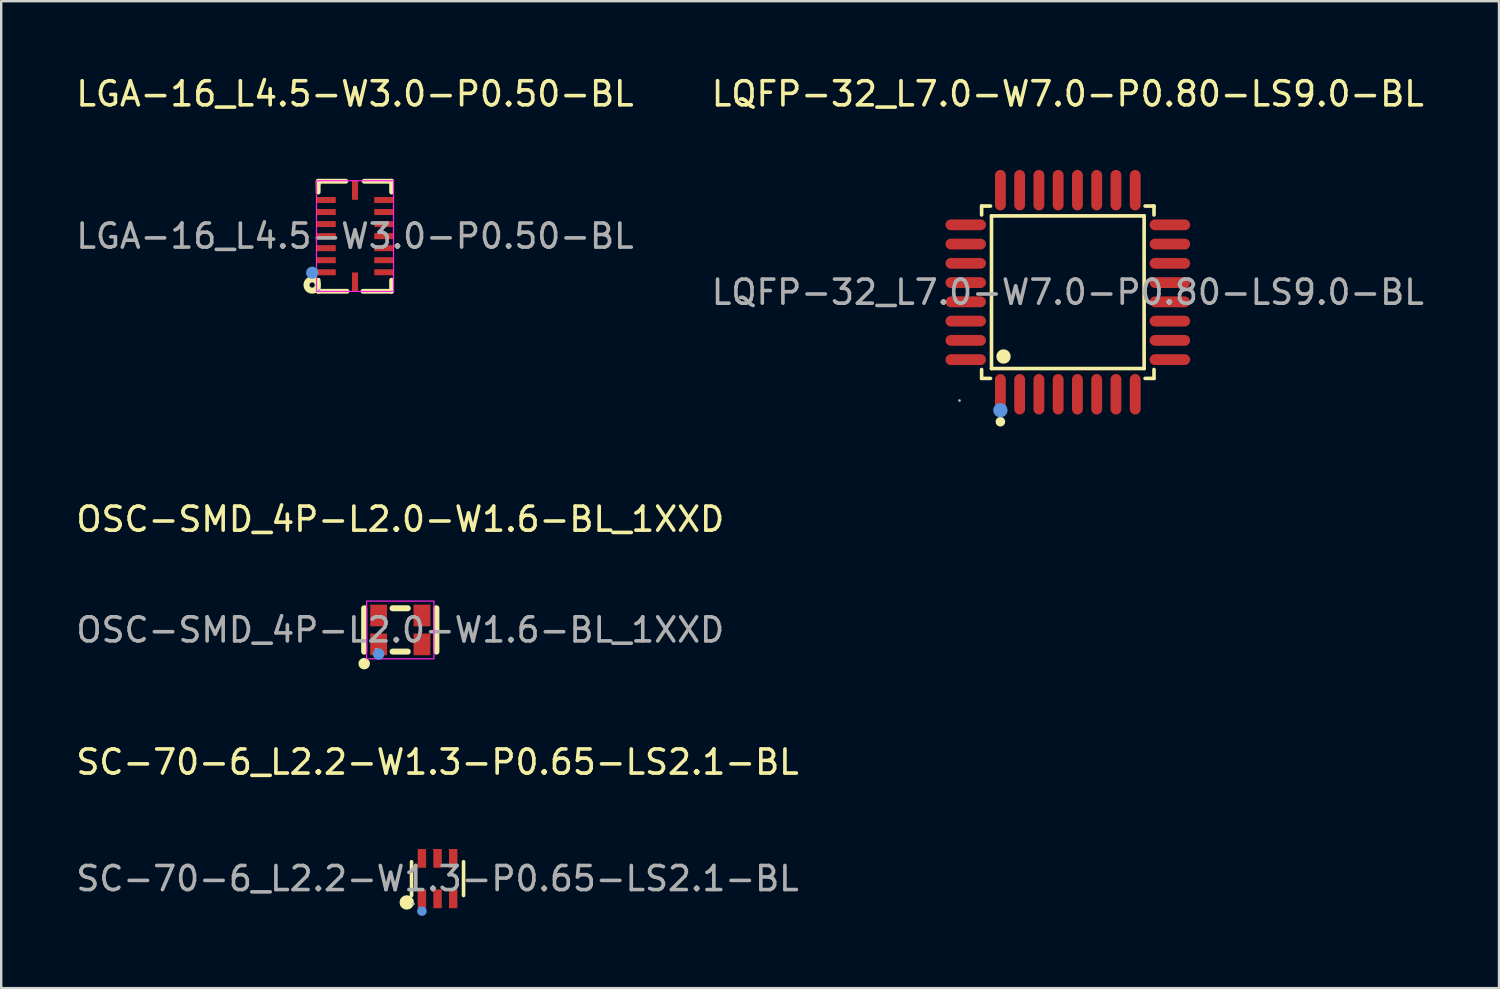
<source format=kicad_pcb>
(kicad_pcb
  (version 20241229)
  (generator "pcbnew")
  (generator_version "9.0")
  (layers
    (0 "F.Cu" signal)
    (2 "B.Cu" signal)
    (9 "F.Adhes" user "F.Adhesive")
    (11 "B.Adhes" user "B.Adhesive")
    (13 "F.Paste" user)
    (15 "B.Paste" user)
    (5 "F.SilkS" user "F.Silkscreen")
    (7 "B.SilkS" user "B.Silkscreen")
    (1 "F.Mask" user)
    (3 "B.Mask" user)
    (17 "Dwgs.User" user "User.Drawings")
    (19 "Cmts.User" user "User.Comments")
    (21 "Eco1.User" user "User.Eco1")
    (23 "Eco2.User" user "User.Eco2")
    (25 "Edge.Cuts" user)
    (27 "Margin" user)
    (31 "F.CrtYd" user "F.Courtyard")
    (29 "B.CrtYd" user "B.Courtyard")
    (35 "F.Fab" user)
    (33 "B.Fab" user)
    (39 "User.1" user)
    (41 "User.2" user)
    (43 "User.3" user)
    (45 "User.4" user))
  (footprint "LQFP-32_L7.0-W7.0-P0.80-LS9.0-BL"
    (layer "F.Cu")
    (at 41.304 9.088)
    (property "Reference" "LQFP-32_L7.0-W7.0-P0.80-LS9.0-BL" (at 0 -8.24 0) (layer "F.SilkS") (effects (font (size 1 1) (thickness 0.15))))
    (attr through_hole)
    (fp_line (start -3.58 -3.58) (end -3.21 -3.58) (stroke (width 0.15) (type solid)) (layer "F.SilkS"))
    (fp_line (start -3.58 -3.21) (end -3.58 -3.58) (stroke (width 0.15) (type solid)) (layer "F.SilkS"))
    (fp_line (start -3.58 3.21) (end -3.58 3.58) (stroke (width 0.15) (type solid)) (layer "F.SilkS"))
    (fp_line (start -3.58 3.58) (end -3.21 3.58) (stroke (width 0.15) (type solid)) (layer "F.SilkS"))
    (fp_line (start -3.17 -3.17) (end 3.17 -3.17) (stroke (width 0.15) (type solid)) (layer "F.SilkS"))
    (fp_line (start -3.17 3.17) (end -3.17 -3.17) (stroke (width 0.15) (type solid)) (layer "F.SilkS"))
    (fp_line (start 3.17 -3.17) (end 3.17 3.17) (stroke (width 0.15) (type solid)) (layer "F.SilkS"))
    (fp_line (start 3.17 3.17) (end -3.17 3.17) (stroke (width 0.15) (type solid)) (layer "F.SilkS"))
    (fp_line (start 3.58 -3.58) (end 3.21 -3.58) (stroke (width 0.15) (type solid)) (layer "F.SilkS"))
    (fp_line (start 3.58 -3.21) (end 3.58 -3.58) (stroke (width 0.15) (type solid)) (layer "F.SilkS"))
    (fp_line (start 3.58 3.21) (end 3.58 3.58) (stroke (width 0.15) (type solid)) (layer "F.SilkS"))
    (fp_line (start 3.58 3.58) (end 3.21 3.58) (stroke (width 0.15) (type solid)) (layer "F.SilkS"))
    (fp_circle (center -2.8 5.38) (end -2.7 5.38) (stroke (width 0.2) (type solid)) (fill no) (layer "F.SilkS"))
    (fp_circle (center -2.67 2.67) (end -2.52 2.67) (stroke (width 0.3) (type solid)) (fill no) (layer "F.SilkS"))
    (fp_circle (center -2.8 4.9) (end -2.65 4.9) (stroke (width 0.3) (type solid)) (fill no) (layer "Cmts.User"))
    (fp_circle (center -4.5 4.5) (end -4.47 4.5) (stroke (width 0.06) (type solid)) (fill no) (layer "F.Fab"))
    (fp_text user "${REFERENCE}" (at 0 0 0) (layer "F.Fab") (effects (font (size 1 1) (thickness 0.15))))
    (pad "1" smd oval (at -2.8 4.24) (size 0.45 1.68) (layers "F.Cu" "F.Mask" "F.Paste"))
    (pad "2" smd oval (at -2 4.24) (size 0.45 1.68) (layers "F.Cu" "F.Mask" "F.Paste"))
    (pad "3" smd oval (at -1.2 4.24) (size 0.45 1.68) (layers "F.Cu" "F.Mask" "F.Paste"))
    (pad "4" smd oval (at -0.4 4.24) (size 0.45 1.68) (layers "F.Cu" "F.Mask" "F.Paste"))
    (pad "5" smd oval (at 0.4 4.24) (size 0.45 1.68) (layers "F.Cu" "F.Mask" "F.Paste"))
    (pad "6" smd oval (at 1.2 4.24) (size 0.45 1.68) (layers "F.Cu" "F.Mask" "F.Paste"))
    (pad "7" smd oval (at 2 4.24) (size 0.45 1.68) (layers "F.Cu" "F.Mask" "F.Paste"))
    (pad "8" smd oval (at 2.8 4.24) (size 0.45 1.68) (layers "F.Cu" "F.Mask" "F.Paste"))
    (pad "9" smd oval (at 4.24 2.8) (size 1.68 0.45) (layers "F.Cu" "F.Mask" "F.Paste"))
    (pad "10" smd oval (at 4.24 2) (size 1.68 0.45) (layers "F.Cu" "F.Mask" "F.Paste"))
    (pad "11" smd oval (at 4.24 1.2) (size 1.68 0.45) (layers "F.Cu" "F.Mask" "F.Paste"))
    (pad "12" smd oval (at 4.24 0.4) (size 1.68 0.45) (layers "F.Cu" "F.Mask" "F.Paste"))
    (pad "13" smd oval (at 4.24 -0.4) (size 1.68 0.45) (layers "F.Cu" "F.Mask" "F.Paste"))
    (pad "14" smd oval (at 4.24 -1.2) (size 1.68 0.45) (layers "F.Cu" "F.Mask" "F.Paste"))
    (pad "15" smd oval (at 4.24 -2) (size 1.68 0.45) (layers "F.Cu" "F.Mask" "F.Paste"))
    (pad "16" smd oval (at 4.24 -2.8) (size 1.68 0.45) (layers "F.Cu" "F.Mask" "F.Paste"))
    (pad "17" smd oval (at 2.8 -4.24) (size 0.45 1.68) (layers "F.Cu" "F.Mask" "F.Paste"))
    (pad "18" smd oval (at 2 -4.24) (size 0.45 1.68) (layers "F.Cu" "F.Mask" "F.Paste"))
    (pad "19" smd oval (at 1.2 -4.24) (size 0.45 1.68) (layers "F.Cu" "F.Mask" "F.Paste"))
    (pad "20" smd oval (at 0.4 -4.24) (size 0.45 1.68) (layers "F.Cu" "F.Mask" "F.Paste"))
    (pad "21" smd oval (at -0.4 -4.24) (size 0.45 1.68) (layers "F.Cu" "F.Mask" "F.Paste"))
    (pad "22" smd oval (at -1.2 -4.24) (size 0.45 1.68) (layers "F.Cu" "F.Mask" "F.Paste"))
    (pad "23" smd oval (at -2 -4.24) (size 0.45 1.68) (layers "F.Cu" "F.Mask" "F.Paste"))
    (pad "24" smd oval (at -2.8 -4.24) (size 0.45 1.68) (layers "F.Cu" "F.Mask" "F.Paste"))
    (pad "25" smd oval (at -4.24 -2.8) (size 1.68 0.45) (layers "F.Cu" "F.Mask" "F.Paste"))
    (pad "26" smd oval (at -4.24 -2) (size 1.68 0.45) (layers "F.Cu" "F.Mask" "F.Paste"))
    (pad "27" smd oval (at -4.24 -1.2) (size 1.68 0.45) (layers "F.Cu" "F.Mask" "F.Paste"))
    (pad "28" smd oval (at -4.24 -0.4) (size 1.68 0.45) (layers "F.Cu" "F.Mask" "F.Paste"))
    (pad "29" smd oval (at -4.24 0.4) (size 1.68 0.45) (layers "F.Cu" "F.Mask" "F.Paste"))
    (pad "30" smd oval (at -4.24 1.2) (size 1.68 0.45) (layers "F.Cu" "F.Mask" "F.Paste"))
    (pad "31" smd oval (at -4.24 2) (size 1.68 0.45) (layers "F.Cu" "F.Mask" "F.Paste"))
    (pad "32" smd oval (at -4.24 2.8) (size 1.68 0.45) (layers "F.Cu" "F.Mask" "F.Paste")))
  (footprint "SC-70-6_L2.2-W1.3-P0.65-LS2.1-BL"
    (layer "F.Cu")
    (at 15.125 33.445)
    (property "Reference" "SC-70-6_L2.2-W1.3-P0.65-LS2.1-BL" (at 0 -4.84 0) (layer "F.SilkS") (effects (font (size 1 1) (thickness 0.15))))
    (attr smd)
    (fp_line (start -1.08 0.7) (end -1.08 -0.7) (stroke (width 0.15) (type solid)) (layer "F.SilkS"))
    (fp_line (start 1.08 0.7) (end 1.08 -0.7) (stroke (width 0.15) (type solid)) (layer "F.SilkS"))
    (fp_circle (center -1.28 0.99) (end -1.13 0.99) (stroke (width 0.3) (type solid)) (fill no) (layer "F.SilkS"))
    (fp_circle (center -0.65 1.35) (end -0.55 1.35) (stroke (width 0.2) (type solid)) (fill no) (layer "Cmts.User"))
    (fp_circle (center -1 1.05) (end -0.97 1.05) (stroke (width 0.06) (type solid)) (fill no) (layer "F.Fab"))
    (fp_text user "${REFERENCE}" (at 0 0 0) (layer "F.Fab") (effects (font (size 1 1) (thickness 0.15))))
    (pad "1" smd rect (at -0.65 0.84) (size 0.35 0.78) (layers "F.Cu" "F.Mask" "F.Paste"))
    (pad "2" smd rect (at 0 0.84) (size 0.35 0.78) (layers "F.Cu" "F.Mask" "F.Paste"))
    (pad "3" smd rect (at 0.65 0.84) (size 0.35 0.78) (layers "F.Cu" "F.Mask" "F.Paste"))
    (pad "4" smd rect (at 0.65 -0.84) (size 0.35 0.78) (layers "F.Cu" "F.Mask" "F.Paste"))
    (pad "5" smd rect (at 0 -0.84) (size 0.35 0.78) (layers "F.Cu" "F.Mask" "F.Paste"))
    (pad "6" smd rect (at -0.65 -0.84) (size 0.35 0.78) (layers "F.Cu" "F.Mask" "F.Paste")))
  (footprint "LGA-16_L4.5-W3.0-P0.50-BL"
    (layer "F.Cu")
    (at 11.696 6.758)
    (property "Reference" "LGA-16_L4.5-W3.0-P0.50-BL" (at 0 -5.91 0) (layer "F.SilkS") (effects (font (size 1 1) (thickness 0.15))))
    (attr smd)
    (fp_line (start -1.53 -2.28) (end -0.38 -2.28) (stroke (width 0.2) (type solid)) (layer "F.SilkS"))
    (fp_line (start -1.53 -2.16) (end -1.53 -2.28) (stroke (width 0.2) (type solid)) (layer "F.SilkS"))
    (fp_line (start -1.53 -1.83) (end -1.53 -2.16) (stroke (width 0.2) (type solid)) (layer "F.SilkS"))
    (fp_line (start -1.53 2.29) (end -1.53 1.83) (stroke (width 0.2) (type solid)) (layer "F.SilkS"))
    (fp_line (start -0.33 2.29) (end -1.53 2.29) (stroke (width 0.2) (type solid)) (layer "F.SilkS"))
    (fp_line (start 0.38 -2.28) (end 1.52 -2.28) (stroke (width 0.2) (type solid)) (layer "F.SilkS"))
    (fp_line (start 1.52 -2.28) (end 1.52 -1.83) (stroke (width 0.2) (type solid)) (layer "F.SilkS"))
    (fp_line (start 1.52 1.83) (end 1.52 2.29) (stroke (width 0.2) (type solid)) (layer "F.SilkS"))
    (fp_line (start 1.52 2.29) (end 0.33 2.29) (stroke (width 0.2) (type solid)) (layer "F.SilkS"))
    (fp_circle (center -1.78 2.03) (end -1.67 2.03) (stroke (width 0.25) (type solid)) (fill no) (layer "F.SilkS"))
    (fp_circle (center -1.78 1.52) (end -1.65 1.52) (stroke (width 0.25) (type solid)) (fill no) (layer "Cmts.User"))
    (fp_rect (start -1.6 -2.3) (end 1.6 2.3) (stroke (width 0.05) (type default)) (fill no) (layer "F.CrtYd"))
    (fp_circle (center -1.5 2.25) (end -1.47 2.25) (stroke (width 0.06) (type solid)) (fill no) (layer "F.Fab"))
    (fp_text user "${REFERENCE}" (at 0 0 0) (layer "F.Fab") (effects (font (size 1 1) (thickness 0.15))))
    (pad "1" smd rect (at -1.2 1.5 90) (size 0.25 0.8) (layers "F.Cu" "F.Mask" "F.Paste"))
    (pad "2" smd rect (at -1.2 1 90) (size 0.25 0.8) (layers "F.Cu" "F.Mask" "F.Paste"))
    (pad "3" smd rect (at -1.2 0.5 90) (size 0.25 0.8) (layers "F.Cu" "F.Mask" "F.Paste"))
    (pad "4" smd rect (at -1.2 0 90) (size 0.25 0.8) (layers "F.Cu" "F.Mask" "F.Paste"))
    (pad "5" smd rect (at -1.2 -0.5 90) (size 0.25 0.8) (layers "F.Cu" "F.Mask" "F.Paste"))
    (pad "6" smd rect (at -1.2 -1 90) (size 0.25 0.8) (layers "F.Cu" "F.Mask" "F.Paste"))
    (pad "7" smd rect (at -1.2 -1.5 90) (size 0.25 0.8) (layers "F.Cu" "F.Mask" "F.Paste"))
    (pad "8" smd rect (at 0 -1.91 180) (size 0.25 0.8) (layers "F.Cu" "F.Mask" "F.Paste"))
    (pad "9" smd rect (at 1.2 -1.5 270) (size 0.25 0.8) (layers "F.Cu" "F.Mask" "F.Paste"))
    (pad "10" smd rect (at 1.2 -1 270) (size 0.25 0.8) (layers "F.Cu" "F.Mask" "F.Paste"))
    (pad "11" smd rect (at 1.2 -0.5 270) (size 0.25 0.8) (layers "F.Cu" "F.Mask" "F.Paste"))
    (pad "12" smd rect (at 1.2 0 270) (size 0.25 0.8) (layers "F.Cu" "F.Mask" "F.Paste"))
    (pad "13" smd rect (at 1.2 0.5 270) (size 0.25 0.8) (layers "F.Cu" "F.Mask" "F.Paste"))
    (pad "14" smd rect (at 1.2 1 270) (size 0.25 0.8) (layers "F.Cu" "F.Mask" "F.Paste"))
    (pad "15" smd rect (at 1.2 1.5 270) (size 0.25 0.8) (layers "F.Cu" "F.Mask" "F.Paste"))
    (pad "16" smd rect (at 0 1.91) (size 0.25 0.8) (layers "F.Cu" "F.Mask" "F.Paste")))
  (footprint "OSC-SMD_4P-L2.0-W1.6-BL_1XXD"
    (layer "F.Cu")
    (at 13.577 23.116)
    (property "Reference" "OSC-SMD_4P-L2.0-W1.6-BL_1XXD" (at 0 -4.6 0) (layer "F.SilkS") (effects (font (size 1 1) (thickness 0.15))))
    (attr smd)
    (fp_line (start -1.5 -0.9) (end -1.5 0.9) (stroke (width 0.25) (type solid)) (layer "F.SilkS"))
    (fp_line (start -0.32 -0.9) (end 0.31 -0.9) (stroke (width 0.25) (type solid)) (layer "F.SilkS"))
    (fp_line (start -0.32 0.9) (end 0.31 0.9) (stroke (width 0.25) (type solid)) (layer "F.SilkS"))
    (fp_line (start 1.5 -0.9) (end 1.5 0.9) (stroke (width 0.25) (type solid)) (layer "F.SilkS"))
    (fp_circle (center -1.5 1.4) (end -1.38 1.4) (stroke (width 0.24) (type solid)) (fill no) (layer "F.SilkS"))
    (fp_circle (center -0.9 1) (end -0.78 1) (stroke (width 0.24) (type solid)) (fill no) (layer "Cmts.User"))
    (fp_rect (start -1.4 -1.2) (end 1.4 1.2) (stroke (width 0.05) (type default)) (fill no) (layer "F.CrtYd"))
    (fp_circle (center -1 0.8) (end -0.97 0.8) (stroke (width 0.06) (type solid)) (fill no) (layer "F.Fab"))
    (fp_text user "${REFERENCE}" (at 0 0 0) (layer "F.Fab") (effects (font (size 1 1) (thickness 0.15))))
    (pad "1" smd rect (at -0.9 0.6 270) (size 0.9 0.7) (layers "F.Cu" "F.Mask" "F.Paste"))
    (pad "2" smd rect (at 0.9 0.6 270) (size 0.9 0.7) (layers "F.Cu" "F.Mask" "F.Paste"))
    (pad "3" smd rect (at 0.9 -0.6 270) (size 0.9 0.7) (layers "F.Cu" "F.Mask" "F.Paste"))
    (pad "4" smd rect (at -0.9 -0.6 270) (size 0.9 0.7) (layers "F.Cu" "F.Mask" "F.Paste")))
  (gr_rect
    (start -3 -3)
    (end 59.214 37.995)
    (stroke (width 0.1) (type default))
    (fill no)
    (layer "Edge.Cuts")))
</source>
